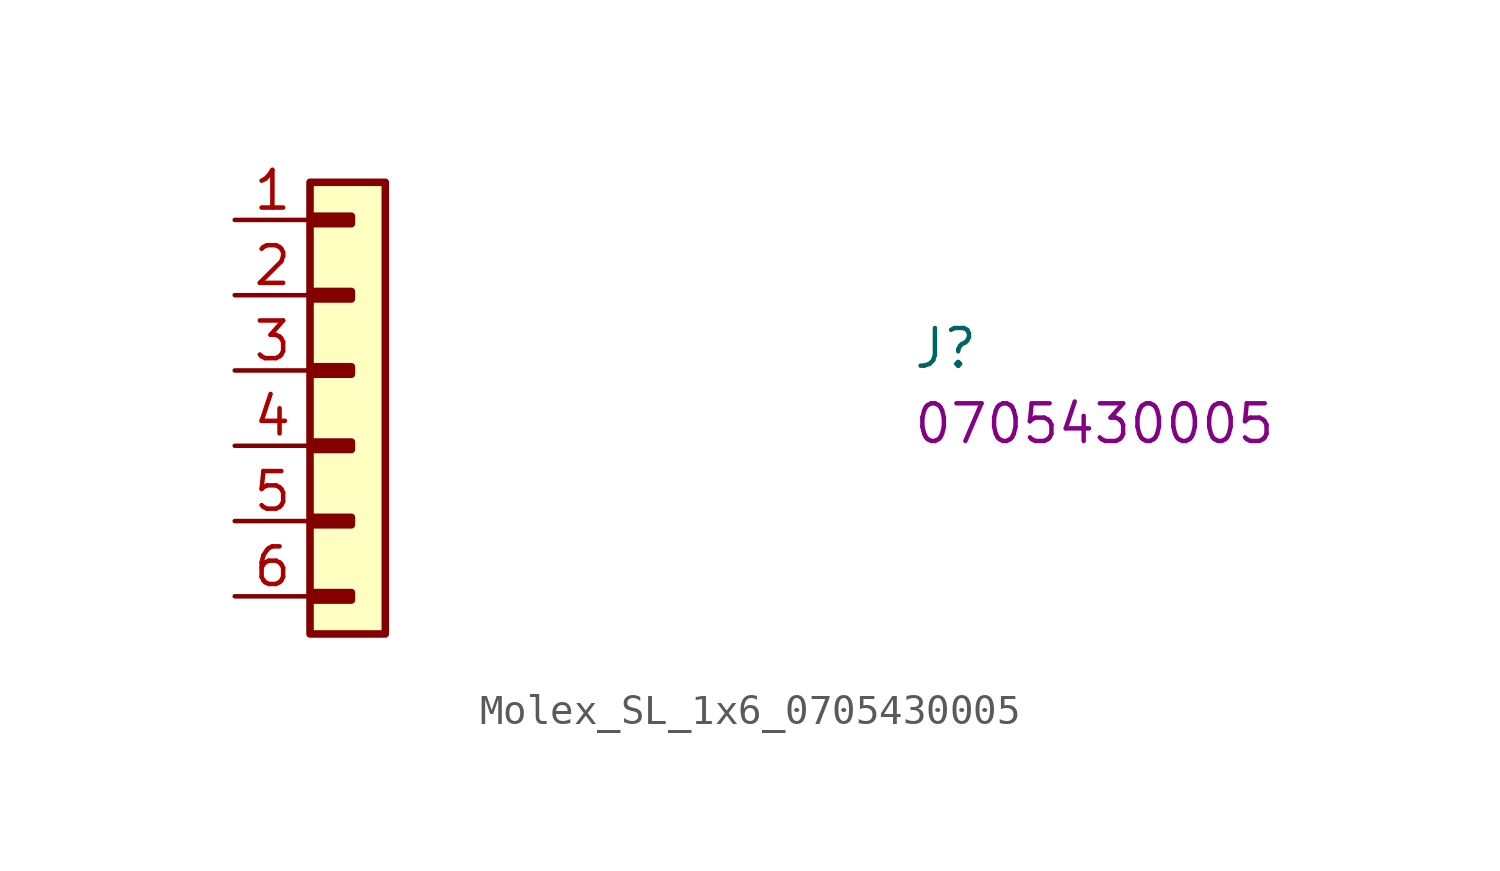
<source format=kicad_sym>
(kicad_symbol_lib
  (version 20220914)
  (generator kicad_symbol_editor)
  (symbol "Molex_SL_1x6_0705430005"
    (pin_names hide)
    (property "Reference" "J"
      (at 22.86 -5.08 0)
      (effects (font (size 1.27 1.27) (thickness 0.15)) (justify left bottom)))
    (property "MPN" "0705430005"
      (at 22.86 -7.62 0)
      (effects (font (size 1.27 1.27) (thickness 0.15)) (justify left bottom)))
    (symbol "Molex_SL_1x6_0705430005_1_1"
      (rectangle (start 2.54 1.27) (end 5.08 -13.97) (stroke (width 0.254) (type default)) (fill (type background)))
      (rectangle (start 2.667 -12.573) (end 3.937 -12.827) (stroke (width 0.254) (type default)) (fill (type background)))
      (rectangle (start 2.667 -10.033) (end 3.937 -10.287) (stroke (width 0.254) (type default)) (fill (type background)))
      (rectangle (start 2.667 -7.493) (end 3.937 -7.747) (stroke (width 0.254) (type default)) (fill (type background)))
      (rectangle (start 2.667 -4.953) (end 3.937 -5.207) (stroke (width 0.254) (type default)) (fill (type background)))
      (rectangle (start 2.667 -2.413) (end 3.937 -2.667) (stroke (width 0.254) (type default)) (fill (type background)))
      (rectangle (start 2.667 0.127) (end 3.937 -0.127) (stroke (width 0.254) (type default)) (fill (type background)))
      (pin passive line (at 0 0 0) (length 2.54) (name "1" (effects (font (size 1.27 1.27)))) (number "1" (effects (font (size 1.27 1.27)))))
      (pin passive line (at 0 -2.54 0) (length 2.54) (name "2" (effects (font (size 1.27 1.27)))) (number "2" (effects (font (size 1.27 1.27)))))
      (pin passive line (at 0 -5.08 0) (length 2.54) (name "3" (effects (font (size 1.27 1.27)))) (number "3" (effects (font (size 1.27 1.27)))))
      (pin passive line (at 0 -7.62 0) (length 2.54) (name "4" (effects (font (size 1.27 1.27)))) (number "4" (effects (font (size 1.27 1.27)))))
      (pin passive line (at 0 -10.16 0) (length 2.54) (name "5" (effects (font (size 1.27 1.27)))) (number "5" (effects (font (size 1.27 1.27)))))
      (pin passive line (at 0 -12.7 0) (length 2.54) (name "6" (effects (font (size 1.27 1.27)))) (number "6" (effects (font (size 1.27 1.27))))))))
</source>
